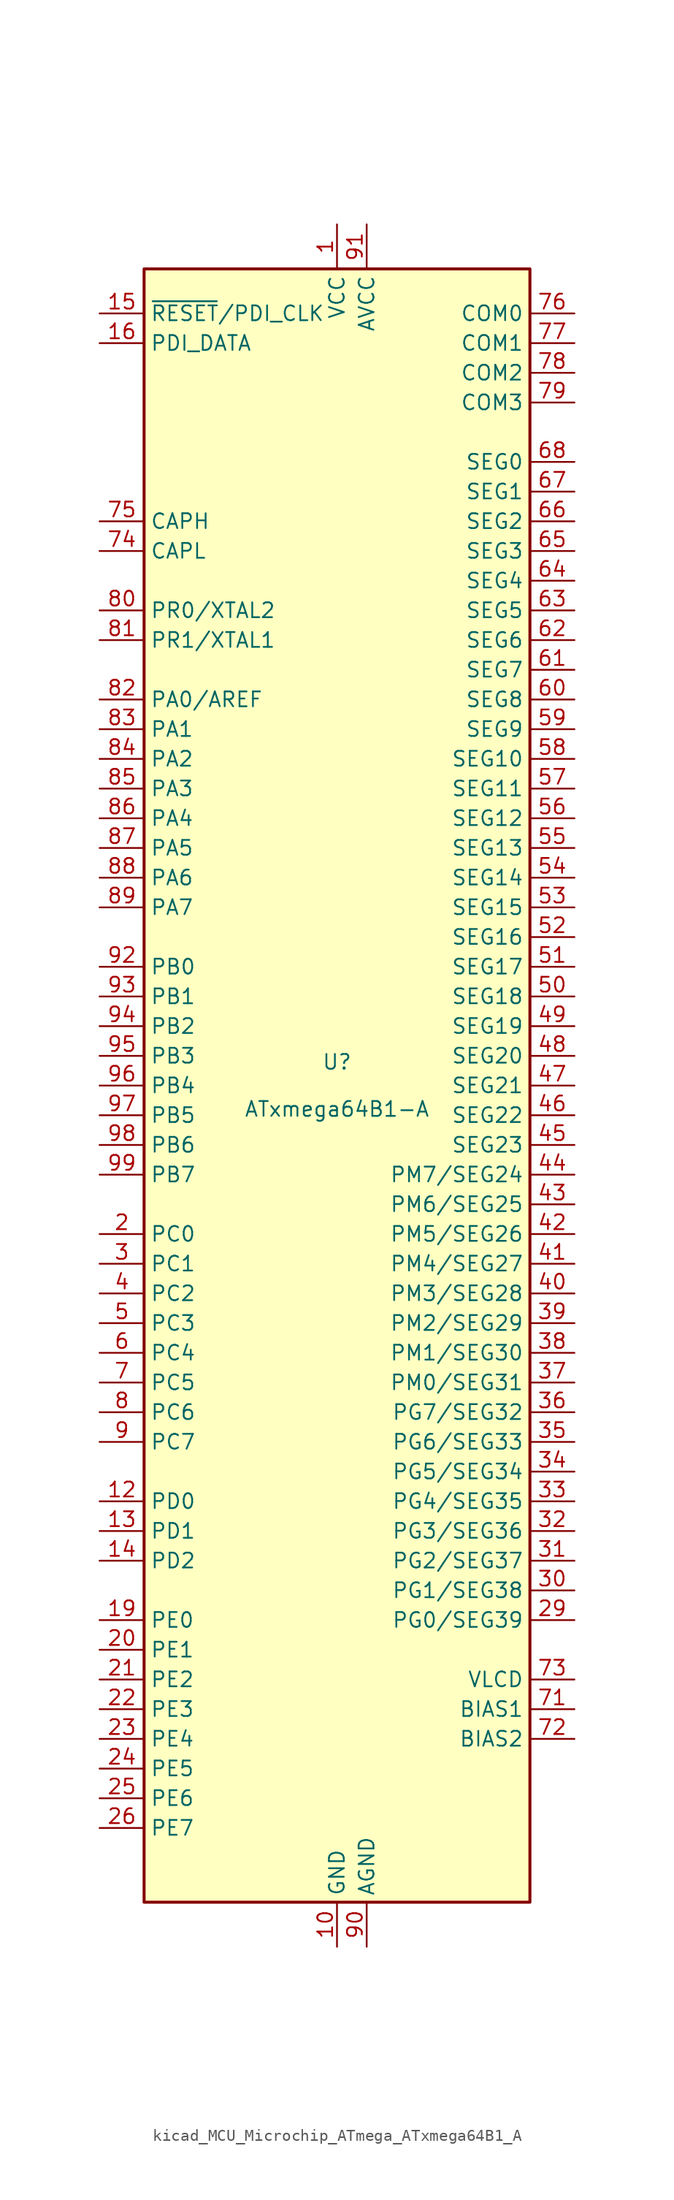
<source format=kicad_sym>
(kicad_symbol_lib
  (version 20220914)
  (generator kicad_symbol_editor)
  (symbol "kicad_MCU_Microchip_ATmega_ATxmega64B1_A"
    (property "Reference" "U"
      (at 0 1.27 0)
      (effects (font (size 1.27 1.27)) (justify bottom)))
    (property "Value" "ATxmega64B1-A"
      (at 0 -1.27 0)
      (effects (font (size 1.27 1.27)) (justify top)))
    (symbol "kicad_MCU_Microchip_ATmega_ATxmega64B1_A_0_1"
      (rectangle (start -16.51 -69.85) (end 16.51 69.85) (stroke (width 0.254) (type default)) (fill (type background))))
    (symbol "kicad_MCU_Microchip_ATmega_ATxmega64B1_A_1_1"
      (pin power_in line (at 0 73.66 270) (length 3.81) (name "VCC" (effects (font (size 1.27 1.27)))) (number "1" (effects (font (size 1.27 1.27)))))
      (pin power_in line (at 0 -73.66 90) (length 3.81) (name "GND" (effects (font (size 1.27 1.27)))) (number "10" (effects (font (size 1.27 1.27)))))
      (pin passive line (at 0 -73.66 90) (length 3.81) hide (name "GND" (effects (font (size 1.27 1.27)))) (number "100" (effects (font (size 1.27 1.27)))))
      (pin passive line (at 0 73.66 270) (length 3.81) hide (name "VCC" (effects (font (size 1.27 1.27)))) (number "11" (effects (font (size 1.27 1.27)))))
      (pin bidirectional line (at -20.32 -35.56 0) (length 3.81) (name "PD0" (effects (font (size 1.27 1.27)))) (number "12" (effects (font (size 1.27 1.27)))))
      (pin bidirectional line (at -20.32 -38.1 0) (length 3.81) (name "PD1" (effects (font (size 1.27 1.27)))) (number "13" (effects (font (size 1.27 1.27)))))
      (pin bidirectional line (at -20.32 -40.64 0) (length 3.81) (name "PD2" (effects (font (size 1.27 1.27)))) (number "14" (effects (font (size 1.27 1.27)))))
      (pin input line (at -20.32 66.04 0) (length 3.81) (name "~{RESET}/PDI_CLK" (effects (font (size 1.27 1.27)))) (number "15" (effects (font (size 1.27 1.27)))))
      (pin bidirectional line (at -20.32 63.5 0) (length 3.81) (name "PDI_DATA" (effects (font (size 1.27 1.27)))) (number "16" (effects (font (size 1.27 1.27)))))
      (pin passive line (at 0 -73.66 90) (length 3.81) hide (name "GND" (effects (font (size 1.27 1.27)))) (number "17" (effects (font (size 1.27 1.27)))))
      (pin passive line (at 0 73.66 270) (length 3.81) hide (name "VCC" (effects (font (size 1.27 1.27)))) (number "18" (effects (font (size 1.27 1.27)))))
      (pin bidirectional line (at -20.32 -45.72 0) (length 3.81) (name "PE0" (effects (font (size 1.27 1.27)))) (number "19" (effects (font (size 1.27 1.27)))))
      (pin bidirectional line (at -20.32 -12.7 0) (length 3.81) (name "PC0" (effects (font (size 1.27 1.27)))) (number "2" (effects (font (size 1.27 1.27)))))
      (pin bidirectional line (at -20.32 -48.26 0) (length 3.81) (name "PE1" (effects (font (size 1.27 1.27)))) (number "20" (effects (font (size 1.27 1.27)))))
      (pin bidirectional line (at -20.32 -50.8 0) (length 3.81) (name "PE2" (effects (font (size 1.27 1.27)))) (number "21" (effects (font (size 1.27 1.27)))))
      (pin bidirectional line (at -20.32 -53.34 0) (length 3.81) (name "PE3" (effects (font (size 1.27 1.27)))) (number "22" (effects (font (size 1.27 1.27)))))
      (pin bidirectional line (at -20.32 -55.88 0) (length 3.81) (name "PE4" (effects (font (size 1.27 1.27)))) (number "23" (effects (font (size 1.27 1.27)))))
      (pin bidirectional line (at -20.32 -58.42 0) (length 3.81) (name "PE5" (effects (font (size 1.27 1.27)))) (number "24" (effects (font (size 1.27 1.27)))))
      (pin bidirectional line (at -20.32 -60.96 0) (length 3.81) (name "PE6" (effects (font (size 1.27 1.27)))) (number "25" (effects (font (size 1.27 1.27)))))
      (pin bidirectional line (at -20.32 -63.5 0) (length 3.81) (name "PE7" (effects (font (size 1.27 1.27)))) (number "26" (effects (font (size 1.27 1.27)))))
      (pin passive line (at 0 -73.66 90) (length 3.81) hide (name "GND" (effects (font (size 1.27 1.27)))) (number "27" (effects (font (size 1.27 1.27)))))
      (pin passive line (at 0 73.66 270) (length 3.81) hide (name "VCC" (effects (font (size 1.27 1.27)))) (number "28" (effects (font (size 1.27 1.27)))))
      (pin bidirectional line (at 20.32 -45.72 180) (length 3.81) (name "PG0/SEG39" (effects (font (size 1.27 1.27)))) (number "29" (effects (font (size 1.27 1.27)))))
      (pin bidirectional line (at -20.32 -15.24 0) (length 3.81) (name "PC1" (effects (font (size 1.27 1.27)))) (number "3" (effects (font (size 1.27 1.27)))))
      (pin bidirectional line (at 20.32 -43.18 180) (length 3.81) (name "PG1/SEG38" (effects (font (size 1.27 1.27)))) (number "30" (effects (font (size 1.27 1.27)))))
      (pin bidirectional line (at 20.32 -40.64 180) (length 3.81) (name "PG2/SEG37" (effects (font (size 1.27 1.27)))) (number "31" (effects (font (size 1.27 1.27)))))
      (pin bidirectional line (at 20.32 -38.1 180) (length 3.81) (name "PG3/SEG36" (effects (font (size 1.27 1.27)))) (number "32" (effects (font (size 1.27 1.27)))))
      (pin bidirectional line (at 20.32 -35.56 180) (length 3.81) (name "PG4/SEG35" (effects (font (size 1.27 1.27)))) (number "33" (effects (font (size 1.27 1.27)))))
      (pin bidirectional line (at 20.32 -33.02 180) (length 3.81) (name "PG5/SEG34" (effects (font (size 1.27 1.27)))) (number "34" (effects (font (size 1.27 1.27)))))
      (pin bidirectional line (at 20.32 -30.48 180) (length 3.81) (name "PG6/SEG33" (effects (font (size 1.27 1.27)))) (number "35" (effects (font (size 1.27 1.27)))))
      (pin bidirectional line (at 20.32 -27.94 180) (length 3.81) (name "PG7/SEG32" (effects (font (size 1.27 1.27)))) (number "36" (effects (font (size 1.27 1.27)))))
      (pin bidirectional line (at 20.32 -25.4 180) (length 3.81) (name "PM0/SEG31" (effects (font (size 1.27 1.27)))) (number "37" (effects (font (size 1.27 1.27)))))
      (pin bidirectional line (at 20.32 -22.86 180) (length 3.81) (name "PM1/SEG30" (effects (font (size 1.27 1.27)))) (number "38" (effects (font (size 1.27 1.27)))))
      (pin bidirectional line (at 20.32 -20.32 180) (length 3.81) (name "PM2/SEG29" (effects (font (size 1.27 1.27)))) (number "39" (effects (font (size 1.27 1.27)))))
      (pin bidirectional line (at -20.32 -17.78 0) (length 3.81) (name "PC2" (effects (font (size 1.27 1.27)))) (number "4" (effects (font (size 1.27 1.27)))))
      (pin bidirectional line (at 20.32 -17.78 180) (length 3.81) (name "PM3/SEG28" (effects (font (size 1.27 1.27)))) (number "40" (effects (font (size 1.27 1.27)))))
      (pin bidirectional line (at 20.32 -15.24 180) (length 3.81) (name "PM4/SEG27" (effects (font (size 1.27 1.27)))) (number "41" (effects (font (size 1.27 1.27)))))
      (pin bidirectional line (at 20.32 -12.7 180) (length 3.81) (name "PM5/SEG26" (effects (font (size 1.27 1.27)))) (number "42" (effects (font (size 1.27 1.27)))))
      (pin bidirectional line (at 20.32 -10.16 180) (length 3.81) (name "PM6/SEG25" (effects (font (size 1.27 1.27)))) (number "43" (effects (font (size 1.27 1.27)))))
      (pin bidirectional line (at 20.32 -7.62 180) (length 3.81) (name "PM7/SEG24" (effects (font (size 1.27 1.27)))) (number "44" (effects (font (size 1.27 1.27)))))
      (pin output line (at 20.32 -5.08 180) (length 3.81) (name "SEG23" (effects (font (size 1.27 1.27)))) (number "45" (effects (font (size 1.27 1.27)))))
      (pin output line (at 20.32 -2.54 180) (length 3.81) (name "SEG22" (effects (font (size 1.27 1.27)))) (number "46" (effects (font (size 1.27 1.27)))))
      (pin output line (at 20.32 0 180) (length 3.81) (name "SEG21" (effects (font (size 1.27 1.27)))) (number "47" (effects (font (size 1.27 1.27)))))
      (pin output line (at 20.32 2.54 180) (length 3.81) (name "SEG20" (effects (font (size 1.27 1.27)))) (number "48" (effects (font (size 1.27 1.27)))))
      (pin output line (at 20.32 5.08 180) (length 3.81) (name "SEG19" (effects (font (size 1.27 1.27)))) (number "49" (effects (font (size 1.27 1.27)))))
      (pin bidirectional line (at -20.32 -20.32 0) (length 3.81) (name "PC3" (effects (font (size 1.27 1.27)))) (number "5" (effects (font (size 1.27 1.27)))))
      (pin output line (at 20.32 7.62 180) (length 3.81) (name "SEG18" (effects (font (size 1.27 1.27)))) (number "50" (effects (font (size 1.27 1.27)))))
      (pin output line (at 20.32 10.16 180) (length 3.81) (name "SEG17" (effects (font (size 1.27 1.27)))) (number "51" (effects (font (size 1.27 1.27)))))
      (pin output line (at 20.32 12.7 180) (length 3.81) (name "SEG16" (effects (font (size 1.27 1.27)))) (number "52" (effects (font (size 1.27 1.27)))))
      (pin output line (at 20.32 15.24 180) (length 3.81) (name "SEG15" (effects (font (size 1.27 1.27)))) (number "53" (effects (font (size 1.27 1.27)))))
      (pin output line (at 20.32 17.78 180) (length 3.81) (name "SEG14" (effects (font (size 1.27 1.27)))) (number "54" (effects (font (size 1.27 1.27)))))
      (pin output line (at 20.32 20.32 180) (length 3.81) (name "SEG13" (effects (font (size 1.27 1.27)))) (number "55" (effects (font (size 1.27 1.27)))))
      (pin output line (at 20.32 22.86 180) (length 3.81) (name "SEG12" (effects (font (size 1.27 1.27)))) (number "56" (effects (font (size 1.27 1.27)))))
      (pin output line (at 20.32 25.4 180) (length 3.81) (name "SEG11" (effects (font (size 1.27 1.27)))) (number "57" (effects (font (size 1.27 1.27)))))
      (pin output line (at 20.32 27.94 180) (length 3.81) (name "SEG10" (effects (font (size 1.27 1.27)))) (number "58" (effects (font (size 1.27 1.27)))))
      (pin output line (at 20.32 30.48 180) (length 3.81) (name "SEG9" (effects (font (size 1.27 1.27)))) (number "59" (effects (font (size 1.27 1.27)))))
      (pin bidirectional line (at -20.32 -22.86 0) (length 3.81) (name "PC4" (effects (font (size 1.27 1.27)))) (number "6" (effects (font (size 1.27 1.27)))))
      (pin output line (at 20.32 33.02 180) (length 3.81) (name "SEG8" (effects (font (size 1.27 1.27)))) (number "60" (effects (font (size 1.27 1.27)))))
      (pin output line (at 20.32 35.56 180) (length 3.81) (name "SEG7" (effects (font (size 1.27 1.27)))) (number "61" (effects (font (size 1.27 1.27)))))
      (pin output line (at 20.32 38.1 180) (length 3.81) (name "SEG6" (effects (font (size 1.27 1.27)))) (number "62" (effects (font (size 1.27 1.27)))))
      (pin output line (at 20.32 40.64 180) (length 3.81) (name "SEG5" (effects (font (size 1.27 1.27)))) (number "63" (effects (font (size 1.27 1.27)))))
      (pin output line (at 20.32 43.18 180) (length 3.81) (name "SEG4" (effects (font (size 1.27 1.27)))) (number "64" (effects (font (size 1.27 1.27)))))
      (pin output line (at 20.32 45.72 180) (length 3.81) (name "SEG3" (effects (font (size 1.27 1.27)))) (number "65" (effects (font (size 1.27 1.27)))))
      (pin output line (at 20.32 48.26 180) (length 3.81) (name "SEG2" (effects (font (size 1.27 1.27)))) (number "66" (effects (font (size 1.27 1.27)))))
      (pin output line (at 20.32 50.8 180) (length 3.81) (name "SEG1" (effects (font (size 1.27 1.27)))) (number "67" (effects (font (size 1.27 1.27)))))
      (pin output line (at 20.32 53.34 180) (length 3.81) (name "SEG0" (effects (font (size 1.27 1.27)))) (number "68" (effects (font (size 1.27 1.27)))))
      (pin passive line (at 0 -73.66 90) (length 3.81) hide (name "GND" (effects (font (size 1.27 1.27)))) (number "69" (effects (font (size 1.27 1.27)))))
      (pin bidirectional line (at -20.32 -25.4 0) (length 3.81) (name "PC5" (effects (font (size 1.27 1.27)))) (number "7" (effects (font (size 1.27 1.27)))))
      (pin passive line (at 0 73.66 270) (length 3.81) hide (name "VCC" (effects (font (size 1.27 1.27)))) (number "70" (effects (font (size 1.27 1.27)))))
      (pin power_out line (at 20.32 -53.34 180) (length 3.81) (name "BIAS1" (effects (font (size 1.27 1.27)))) (number "71" (effects (font (size 1.27 1.27)))))
      (pin power_out line (at 20.32 -55.88 180) (length 3.81) (name "BIAS2" (effects (font (size 1.27 1.27)))) (number "72" (effects (font (size 1.27 1.27)))))
      (pin power_out line (at 20.32 -50.8 180) (length 3.81) (name "VLCD" (effects (font (size 1.27 1.27)))) (number "73" (effects (font (size 1.27 1.27)))))
      (pin passive line (at -20.32 45.72 0) (length 3.81) (name "CAPL" (effects (font (size 1.27 1.27)))) (number "74" (effects (font (size 1.27 1.27)))))
      (pin passive line (at -20.32 48.26 0) (length 3.81) (name "CAPH" (effects (font (size 1.27 1.27)))) (number "75" (effects (font (size 1.27 1.27)))))
      (pin output line (at 20.32 66.04 180) (length 3.81) (name "COM0" (effects (font (size 1.27 1.27)))) (number "76" (effects (font (size 1.27 1.27)))))
      (pin output line (at 20.32 63.5 180) (length 3.81) (name "COM1" (effects (font (size 1.27 1.27)))) (number "77" (effects (font (size 1.27 1.27)))))
      (pin output line (at 20.32 60.96 180) (length 3.81) (name "COM2" (effects (font (size 1.27 1.27)))) (number "78" (effects (font (size 1.27 1.27)))))
      (pin output line (at 20.32 58.42 180) (length 3.81) (name "COM3" (effects (font (size 1.27 1.27)))) (number "79" (effects (font (size 1.27 1.27)))))
      (pin bidirectional line (at -20.32 -27.94 0) (length 3.81) (name "PC6" (effects (font (size 1.27 1.27)))) (number "8" (effects (font (size 1.27 1.27)))))
      (pin bidirectional line (at -20.32 40.64 0) (length 3.81) (name "PR0/XTAL2" (effects (font (size 1.27 1.27)))) (number "80" (effects (font (size 1.27 1.27)))))
      (pin bidirectional line (at -20.32 38.1 0) (length 3.81) (name "PR1/XTAL1" (effects (font (size 1.27 1.27)))) (number "81" (effects (font (size 1.27 1.27)))))
      (pin bidirectional line (at -20.32 33.02 0) (length 3.81) (name "PA0/AREF" (effects (font (size 1.27 1.27)))) (number "82" (effects (font (size 1.27 1.27)))))
      (pin bidirectional line (at -20.32 30.48 0) (length 3.81) (name "PA1" (effects (font (size 1.27 1.27)))) (number "83" (effects (font (size 1.27 1.27)))))
      (pin bidirectional line (at -20.32 27.94 0) (length 3.81) (name "PA2" (effects (font (size 1.27 1.27)))) (number "84" (effects (font (size 1.27 1.27)))))
      (pin bidirectional line (at -20.32 25.4 0) (length 3.81) (name "PA3" (effects (font (size 1.27 1.27)))) (number "85" (effects (font (size 1.27 1.27)))))
      (pin bidirectional line (at -20.32 22.86 0) (length 3.81) (name "PA4" (effects (font (size 1.27 1.27)))) (number "86" (effects (font (size 1.27 1.27)))))
      (pin bidirectional line (at -20.32 20.32 0) (length 3.81) (name "PA5" (effects (font (size 1.27 1.27)))) (number "87" (effects (font (size 1.27 1.27)))))
      (pin bidirectional line (at -20.32 17.78 0) (length 3.81) (name "PA6" (effects (font (size 1.27 1.27)))) (number "88" (effects (font (size 1.27 1.27)))))
      (pin bidirectional line (at -20.32 15.24 0) (length 3.81) (name "PA7" (effects (font (size 1.27 1.27)))) (number "89" (effects (font (size 1.27 1.27)))))
      (pin bidirectional line (at -20.32 -30.48 0) (length 3.81) (name "PC7" (effects (font (size 1.27 1.27)))) (number "9" (effects (font (size 1.27 1.27)))))
      (pin power_in line (at 2.54 -73.66 90) (length 3.81) (name "AGND" (effects (font (size 1.27 1.27)))) (number "90" (effects (font (size 1.27 1.27)))))
      (pin power_in line (at 2.54 73.66 270) (length 3.81) (name "AVCC" (effects (font (size 1.27 1.27)))) (number "91" (effects (font (size 1.27 1.27)))))
      (pin bidirectional line (at -20.32 10.16 0) (length 3.81) (name "PB0" (effects (font (size 1.27 1.27)))) (number "92" (effects (font (size 1.27 1.27)))))
      (pin bidirectional line (at -20.32 7.62 0) (length 3.81) (name "PB1" (effects (font (size 1.27 1.27)))) (number "93" (effects (font (size 1.27 1.27)))))
      (pin bidirectional line (at -20.32 5.08 0) (length 3.81) (name "PB2" (effects (font (size 1.27 1.27)))) (number "94" (effects (font (size 1.27 1.27)))))
      (pin bidirectional line (at -20.32 2.54 0) (length 3.81) (name "PB3" (effects (font (size 1.27 1.27)))) (number "95" (effects (font (size 1.27 1.27)))))
      (pin bidirectional line (at -20.32 0 0) (length 3.81) (name "PB4" (effects (font (size 1.27 1.27)))) (number "96" (effects (font (size 1.27 1.27)))))
      (pin bidirectional line (at -20.32 -2.54 0) (length 3.81) (name "PB5" (effects (font (size 1.27 1.27)))) (number "97" (effects (font (size 1.27 1.27)))))
      (pin bidirectional line (at -20.32 -5.08 0) (length 3.81) (name "PB6" (effects (font (size 1.27 1.27)))) (number "98" (effects (font (size 1.27 1.27)))))
      (pin bidirectional line (at -20.32 -7.62 0) (length 3.81) (name "PB7" (effects (font (size 1.27 1.27)))) (number "99" (effects (font (size 1.27 1.27))))))))
</source>
